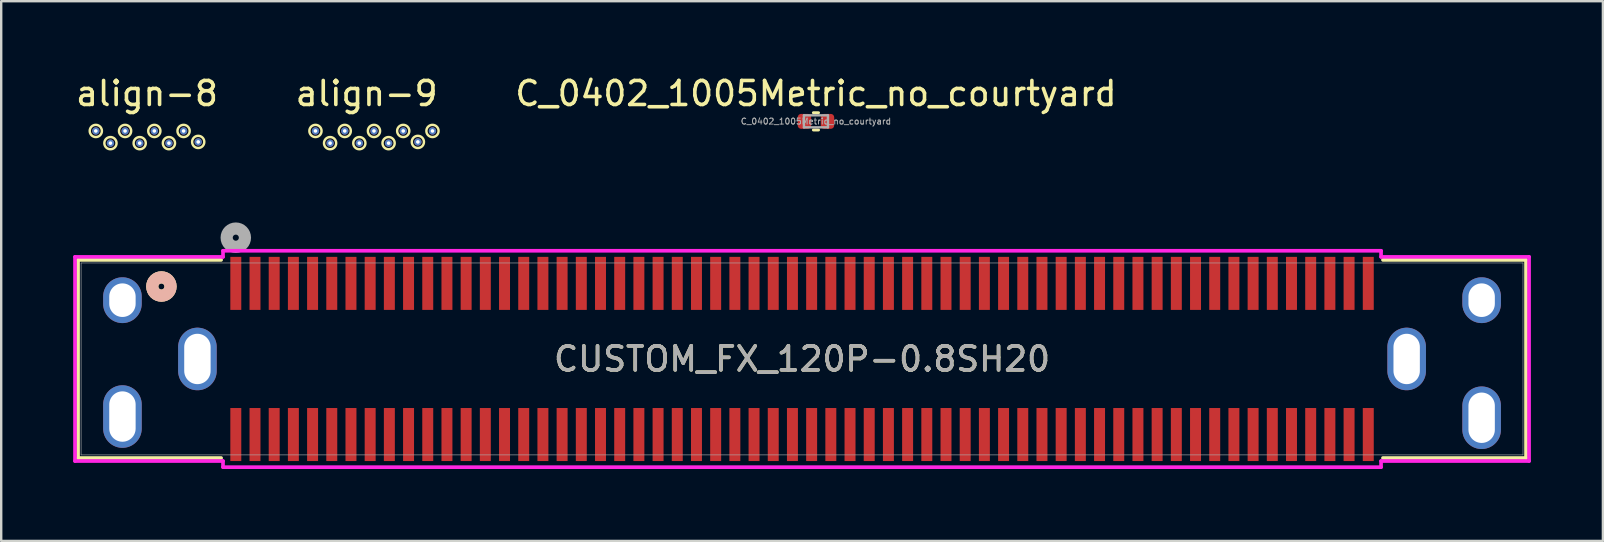
<source format=kicad_pcb>
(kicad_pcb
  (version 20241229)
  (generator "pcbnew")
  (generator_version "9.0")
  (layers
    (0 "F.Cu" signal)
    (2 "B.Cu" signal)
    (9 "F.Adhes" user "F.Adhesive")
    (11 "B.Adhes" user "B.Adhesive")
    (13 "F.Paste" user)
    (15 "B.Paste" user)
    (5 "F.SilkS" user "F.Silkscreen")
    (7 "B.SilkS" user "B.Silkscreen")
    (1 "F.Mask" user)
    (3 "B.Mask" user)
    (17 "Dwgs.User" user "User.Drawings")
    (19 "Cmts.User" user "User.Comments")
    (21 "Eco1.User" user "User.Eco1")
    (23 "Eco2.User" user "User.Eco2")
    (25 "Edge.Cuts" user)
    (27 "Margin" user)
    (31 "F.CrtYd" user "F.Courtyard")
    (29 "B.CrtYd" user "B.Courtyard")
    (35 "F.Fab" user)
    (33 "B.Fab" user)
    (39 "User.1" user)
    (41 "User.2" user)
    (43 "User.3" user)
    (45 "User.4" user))
  (footprint "C_0402_1005Metric_no_courtyard"
    (layer "F.Cu")
    (at 30.958 2.008)
    (property "Reference" "C_0402_1005Metric_no_courtyard" (at 0 -1.16 180) (layer "F.SilkS") (effects (font (size 1 1) (thickness 0.15))))
    (attr smd)
    (fp_line (start -0.108 -0.36) (end 0.108 -0.36) (stroke (width 0.12) (type solid)) (layer "F.SilkS"))
    (fp_line (start -0.108 0.36) (end 0.108 0.36) (stroke (width 0.12) (type solid)) (layer "F.SilkS"))
    (fp_line (start -0.5 -0.25) (end 0.5 -0.25) (stroke (width 0.1) (type solid)) (layer "F.Fab"))
    (fp_line (start -0.5 0.25) (end -0.5 -0.25) (stroke (width 0.1) (type solid)) (layer "F.Fab"))
    (fp_line (start 0.5 -0.25) (end 0.5 0.25) (stroke (width 0.1) (type solid)) (layer "F.Fab"))
    (fp_line (start 0.5 0.25) (end -0.5 0.25) (stroke (width 0.1) (type solid)) (layer "F.Fab"))
    (fp_text user "${REFERENCE}" (at 0 0 180) (layer "F.Fab") (effects (font (size 0.25 0.25) (thickness 0.04))))
    (pad "1" smd roundrect (at -0.48 0) (size 0.56 0.62) (layers "F.Cu" "F.Mask" "F.Paste") (roundrect_rratio 0.25))
    (pad "2" smd roundrect (at 0.48 0) (size 0.56 0.62) (layers "F.Cu" "F.Mask" "F.Paste") (roundrect_rratio 0.25)))
  (footprint "align-8"
    (layer "F.Cu")
    (at 3.077 2.408)
    (property "Reference" "align-8" (at 0 -1.56 0) (layer "F.SilkS") (effects (font (size 1 1) (thickness 0.15))))
    (attr through_hole)
    (fp_circle (center -2.134 0) (end -2.134 -0.254) (stroke (width 0.102) (type solid)) (fill no) (layer "F.SilkS"))
    (fp_circle (center -1.524 0.508) (end -1.524 0.254) (stroke (width 0.102) (type solid)) (fill no) (layer "F.SilkS"))
    (fp_circle (center -0.914 0) (end -0.914 -0.254) (stroke (width 0.102) (type solid)) (fill no) (layer "F.SilkS"))
    (fp_circle (center -0.305 0.508) (end -0.305 0.254) (stroke (width 0.102) (type solid)) (fill no) (layer "F.SilkS"))
    (fp_circle (center 0.305 0) (end 0.305 -0.254) (stroke (width 0.102) (type solid)) (fill no) (layer "F.SilkS"))
    (fp_circle (center 0.914 0.508) (end 0.914 0.254) (stroke (width 0.102) (type solid)) (fill no) (layer "F.SilkS"))
    (fp_circle (center 1.524 0) (end 1.524 -0.254) (stroke (width 0.102) (type solid)) (fill no) (layer "F.SilkS"))
    (fp_circle (center 2.134 0.457) (end 2.134 0.203) (stroke (width 0.102) (type solid)) (fill no) (layer "F.SilkS"))
    (pad "1" thru_hole circle (at -2.134 0 90) (size 0.305 0.305) (drill 0.152) (layers "*.Cu" "*.Mask"))
    (pad "2" thru_hole circle (at -1.524 0.508 90) (size 0.305 0.305) (drill 0.152) (layers "*.Cu" "*.Mask"))
    (pad "3" thru_hole circle (at -0.914 0 90) (size 0.305 0.305) (drill 0.152) (layers "*.Cu" "*.Mask"))
    (pad "4" thru_hole circle (at -0.305 0.508 90) (size 0.305 0.305) (drill 0.152) (layers "*.Cu" "*.Mask"))
    (pad "5" thru_hole circle (at 0.305 0 90) (size 0.305 0.305) (drill 0.152) (layers "*.Cu" "*.Mask"))
    (pad "6" thru_hole circle (at 0.914 0.508 90) (size 0.305 0.305) (drill 0.152) (layers "*.Cu" "*.Mask"))
    (pad "7" thru_hole circle (at 1.524 0 90) (size 0.305 0.305) (drill 0.152) (layers "*.Cu" "*.Mask"))
    (pad "8" thru_hole circle (at 2.134 0.457 90) (size 0.305 0.305) (drill 0.152) (layers "*.Cu" "*.Mask")))
  (footprint "align-9"
    (layer "F.Cu")
    (at 12.232 2.408)
    (property "Reference" "align-9" (at 0 -1.56 0) (layer "F.SilkS") (effects (font (size 1 1) (thickness 0.15))))
    (attr through_hole)
    (fp_circle (center -2.134 0) (end -2.134 -0.254) (stroke (width 0.102) (type solid)) (fill no) (layer "F.SilkS"))
    (fp_circle (center -1.524 0.508) (end -1.524 0.254) (stroke (width 0.102) (type solid)) (fill no) (layer "F.SilkS"))
    (fp_circle (center -0.914 0) (end -0.914 -0.254) (stroke (width 0.102) (type solid)) (fill no) (layer "F.SilkS"))
    (fp_circle (center -0.305 0.508) (end -0.305 0.254) (stroke (width 0.102) (type solid)) (fill no) (layer "F.SilkS"))
    (fp_circle (center 0.305 0) (end 0.305 -0.254) (stroke (width 0.102) (type solid)) (fill no) (layer "F.SilkS"))
    (fp_circle (center 0.914 0.508) (end 0.914 0.254) (stroke (width 0.102) (type solid)) (fill no) (layer "F.SilkS"))
    (fp_circle (center 1.524 0) (end 1.524 -0.254) (stroke (width 0.102) (type solid)) (fill no) (layer "F.SilkS"))
    (fp_circle (center 2.134 0.457) (end 2.134 0.203) (stroke (width 0.102) (type solid)) (fill no) (layer "F.SilkS"))
    (fp_circle (center 2.743 0) (end 2.743 -0.254) (stroke (width 0.102) (type solid)) (fill no) (layer "F.SilkS"))
    (pad "1" thru_hole circle (at -2.134 0 90) (size 0.305 0.305) (drill 0.152) (layers "*.Cu" "*.Mask"))
    (pad "2" thru_hole circle (at -1.524 0.508 90) (size 0.305 0.305) (drill 0.152) (layers "*.Cu" "*.Mask"))
    (pad "3" thru_hole circle (at -0.914 0 90) (size 0.305 0.305) (drill 0.152) (layers "*.Cu" "*.Mask"))
    (pad "4" thru_hole circle (at -0.305 0.508 90) (size 0.305 0.305) (drill 0.152) (layers "*.Cu" "*.Mask"))
    (pad "5" thru_hole circle (at 0.305 0 90) (size 0.305 0.305) (drill 0.152) (layers "*.Cu" "*.Mask"))
    (pad "6" thru_hole circle (at 0.914 0.508 90) (size 0.305 0.305) (drill 0.152) (layers "*.Cu" "*.Mask"))
    (pad "7" thru_hole circle (at 1.524 0 90) (size 0.305 0.305) (drill 0.152) (layers "*.Cu" "*.Mask"))
    (pad "8" thru_hole circle (at 2.134 0.457 90) (size 0.305 0.305) (drill 0.152) (layers "*.Cu" "*.Mask"))
    (pad "9" thru_hole circle (at 2.743 0 90) (size 0.305 0.305) (drill 0.152) (layers "*.Cu" "*.Mask")))
  (footprint "CUSTOM_FX_120P-0.8SH20"
    (layer "F.Cu")
    (at 30.378 11.911)
    (property "Reference" "CUSTOM_FX_120P-0.8SH20" (at 0 0 0) (unlocked yes) (layer "F.SilkS") (effects (font (size 1 1) (thickness 0.15))))
    (attr smd)
    (fp_line (start -30.175 -4.128) (end -30.175 4.128) (stroke (width 0.152) (type solid)) (layer "F.SilkS"))
    (fp_line (start -30.175 4.128) (end -24.212 4.128) (stroke (width 0.152) (type solid)) (layer "F.SilkS"))
    (fp_line (start -24.212 -4.128) (end -30.175 -4.128) (stroke (width 0.152) (type solid)) (layer "F.SilkS"))
    (fp_line (start 24.212 4.128) (end 30.175 4.128) (stroke (width 0.152) (type solid)) (layer "F.SilkS"))
    (fp_line (start 30.175 -4.128) (end 24.212 -4.128) (stroke (width 0.152) (type solid)) (layer "F.SilkS"))
    (fp_line (start 30.175 4.128) (end 30.175 -4.128) (stroke (width 0.152) (type solid)) (layer "F.SilkS"))
    (fp_circle (center -26.701 -3.02) (end -26.32 -3.02) (stroke (width 0.508) (type solid)) (fill no) (layer "F.SilkS"))
    (fp_circle (center -26.701 -3.02) (end -26.32 -3.02) (stroke (width 0.508) (type solid)) (fill no) (layer "B.SilkS"))
    (fp_line (start -30.302 -4.255) (end -30.302 4.255) (stroke (width 0.152) (type solid)) (layer "F.CrtYd"))
    (fp_line (start -30.302 4.255) (end -24.133 4.255) (stroke (width 0.152) (type solid)) (layer "F.CrtYd"))
    (fp_line (start -24.133 -4.509) (end -24.133 -4.255) (stroke (width 0.152) (type solid)) (layer "F.CrtYd"))
    (fp_line (start -24.133 -4.255) (end -30.302 -4.255) (stroke (width 0.152) (type solid)) (layer "F.CrtYd"))
    (fp_line (start -24.133 4.255) (end -24.133 4.509) (stroke (width 0.152) (type solid)) (layer "F.CrtYd"))
    (fp_line (start -24.133 4.509) (end 24.133 4.509) (stroke (width 0.152) (type solid)) (layer "F.CrtYd"))
    (fp_line (start 24.133 -4.509) (end -24.133 -4.509) (stroke (width 0.152) (type solid)) (layer "F.CrtYd"))
    (fp_line (start 24.133 -4.255) (end 24.133 -4.509) (stroke (width 0.152) (type solid)) (layer "F.CrtYd"))
    (fp_line (start 24.133 4.255) (end 30.302 4.255) (stroke (width 0.152) (type solid)) (layer "F.CrtYd"))
    (fp_line (start 24.133 4.509) (end 24.133 4.255) (stroke (width 0.152) (type solid)) (layer "F.CrtYd"))
    (fp_line (start 30.302 -4.255) (end 24.133 -4.255) (stroke (width 0.152) (type solid)) (layer "F.CrtYd"))
    (fp_line (start 30.302 4.255) (end 30.302 -4.255) (stroke (width 0.152) (type solid)) (layer "F.CrtYd"))
    (fp_line (start -30.048 -4) (end -30.048 4) (stroke (width 0.025) (type solid)) (layer "F.Fab"))
    (fp_line (start -30.048 4) (end 30.048 4) (stroke (width 0.025) (type solid)) (layer "F.Fab"))
    (fp_line (start 30.048 -4) (end -30.048 -4) (stroke (width 0.025) (type solid)) (layer "F.Fab"))
    (fp_line (start 30.048 4) (end 30.048 -4) (stroke (width 0.025) (type solid)) (layer "F.Fab"))
    (fp_circle (center -23.6 -5.055) (end -23.219 -5.055) (stroke (width 0.508) (type solid)) (fill no) (layer "F.Fab"))
    (fp_text user "${REFERENCE}" (at 0 0 0) (unlocked yes) (layer "F.Fab") (effects (font (size 1 1) (thickness 0.15))))
    (pad "1" smd rect (at -23.6 -3.15) (size 0.457 2.21) (layers "F.Cu" "F.Mask" "F.Paste"))
    (pad "2" smd rect (at -22.8 -3.15) (size 0.457 2.21) (layers "F.Cu" "F.Mask" "F.Paste"))
    (pad "3" smd rect (at -22 -3.15) (size 0.457 2.21) (layers "F.Cu" "F.Mask" "F.Paste"))
    (pad "4" smd rect (at -21.2 -3.15) (size 0.457 2.21) (layers "F.Cu" "F.Mask" "F.Paste"))
    (pad "5" smd rect (at -20.4 -3.15) (size 0.457 2.21) (layers "F.Cu" "F.Mask" "F.Paste"))
    (pad "6" smd rect (at -19.6 -3.15) (size 0.457 2.21) (layers "F.Cu" "F.Mask" "F.Paste"))
    (pad "7" smd rect (at -18.8 -3.15) (size 0.457 2.21) (layers "F.Cu" "F.Mask" "F.Paste"))
    (pad "8" smd rect (at -18 -3.15) (size 0.457 2.21) (layers "F.Cu" "F.Mask" "F.Paste"))
    (pad "9" smd rect (at -17.2 -3.15) (size 0.457 2.21) (layers "F.Cu" "F.Mask" "F.Paste"))
    (pad "10" smd rect (at -16.4 -3.15) (size 0.457 2.21) (layers "F.Cu" "F.Mask" "F.Paste"))
    (pad "11" smd rect (at -15.6 -3.15) (size 0.457 2.21) (layers "F.Cu" "F.Mask" "F.Paste"))
    (pad "12" smd rect (at -14.8 -3.15) (size 0.457 2.21) (layers "F.Cu" "F.Mask" "F.Paste"))
    (pad "13" smd rect (at -14 -3.15) (size 0.457 2.21) (layers "F.Cu" "F.Mask" "F.Paste"))
    (pad "14" smd rect (at -13.2 -3.15) (size 0.457 2.21) (layers "F.Cu" "F.Mask" "F.Paste"))
    (pad "15" smd rect (at -12.4 -3.15) (size 0.457 2.21) (layers "F.Cu" "F.Mask" "F.Paste"))
    (pad "16" smd rect (at -11.6 -3.15) (size 0.457 2.21) (layers "F.Cu" "F.Mask" "F.Paste"))
    (pad "17" smd rect (at -10.8 -3.15) (size 0.457 2.21) (layers "F.Cu" "F.Mask" "F.Paste"))
    (pad "18" smd rect (at -10 -3.15) (size 0.457 2.21) (layers "F.Cu" "F.Mask" "F.Paste"))
    (pad "19" smd rect (at -9.2 -3.15) (size 0.457 2.21) (layers "F.Cu" "F.Mask" "F.Paste"))
    (pad "20" smd rect (at -8.4 -3.15) (size 0.457 2.21) (layers "F.Cu" "F.Mask" "F.Paste"))
    (pad "21" smd rect (at -7.6 -3.15) (size 0.457 2.21) (layers "F.Cu" "F.Mask" "F.Paste"))
    (pad "22" smd rect (at -6.8 -3.15) (size 0.457 2.21) (layers "F.Cu" "F.Mask" "F.Paste"))
    (pad "23" smd rect (at -6 -3.15) (size 0.457 2.21) (layers "F.Cu" "F.Mask" "F.Paste"))
    (pad "24" smd rect (at -5.2 -3.15) (size 0.457 2.21) (layers "F.Cu" "F.Mask" "F.Paste"))
    (pad "25" smd rect (at -4.4 -3.15) (size 0.457 2.21) (layers "F.Cu" "F.Mask" "F.Paste"))
    (pad "26" smd rect (at -3.6 -3.15) (size 0.457 2.21) (layers "F.Cu" "F.Mask" "F.Paste"))
    (pad "27" smd rect (at -2.8 -3.15) (size 0.457 2.21) (layers "F.Cu" "F.Mask" "F.Paste"))
    (pad "28" smd rect (at -2 -3.15) (size 0.457 2.21) (layers "F.Cu" "F.Mask" "F.Paste"))
    (pad "29" smd rect (at -1.2 -3.15) (size 0.457 2.21) (layers "F.Cu" "F.Mask" "F.Paste"))
    (pad "30" smd rect (at -0.4 -3.15) (size 0.457 2.21) (layers "F.Cu" "F.Mask" "F.Paste"))
    (pad "31" smd rect (at 0.4 -3.15) (size 0.457 2.21) (layers "F.Cu" "F.Mask" "F.Paste"))
    (pad "32" smd rect (at 1.2 -3.15) (size 0.457 2.21) (layers "F.Cu" "F.Mask" "F.Paste"))
    (pad "33" smd rect (at 2 -3.15) (size 0.457 2.21) (layers "F.Cu" "F.Mask" "F.Paste"))
    (pad "34" smd rect (at 2.8 -3.15) (size 0.457 2.21) (layers "F.Cu" "F.Mask" "F.Paste"))
    (pad "35" smd rect (at 3.6 -3.15) (size 0.457 2.21) (layers "F.Cu" "F.Mask" "F.Paste"))
    (pad "36" smd rect (at 4.4 -3.15) (size 0.457 2.21) (layers "F.Cu" "F.Mask" "F.Paste"))
    (pad "37" smd rect (at 5.2 -3.15) (size 0.457 2.21) (layers "F.Cu" "F.Mask" "F.Paste"))
    (pad "38" smd rect (at 6 -3.15) (size 0.457 2.21) (layers "F.Cu" "F.Mask" "F.Paste"))
    (pad "39" smd rect (at 6.8 -3.15) (size 0.457 2.21) (layers "F.Cu" "F.Mask" "F.Paste"))
    (pad "40" smd rect (at 7.6 -3.15) (size 0.457 2.21) (layers "F.Cu" "F.Mask" "F.Paste"))
    (pad "41" smd rect (at 8.4 -3.15) (size 0.457 2.21) (layers "F.Cu" "F.Mask" "F.Paste"))
    (pad "42" smd rect (at 9.2 -3.15) (size 0.457 2.21) (layers "F.Cu" "F.Mask" "F.Paste"))
    (pad "43" smd rect (at 10 -3.15) (size 0.457 2.21) (layers "F.Cu" "F.Mask" "F.Paste"))
    (pad "44" smd rect (at 10.8 -3.15) (size 0.457 2.21) (layers "F.Cu" "F.Mask" "F.Paste"))
    (pad "45" smd rect (at 11.6 -3.15) (size 0.457 2.21) (layers "F.Cu" "F.Mask" "F.Paste"))
    (pad "46" smd rect (at 12.4 -3.15) (size 0.457 2.21) (layers "F.Cu" "F.Mask" "F.Paste"))
    (pad "47" smd rect (at 13.2 -3.15) (size 0.457 2.21) (layers "F.Cu" "F.Mask" "F.Paste"))
    (pad "48" smd rect (at 14 -3.15) (size 0.457 2.21) (layers "F.Cu" "F.Mask" "F.Paste"))
    (pad "49" smd rect (at 14.8 -3.15) (size 0.457 2.21) (layers "F.Cu" "F.Mask" "F.Paste"))
    (pad "50" smd rect (at 15.6 -3.15) (size 0.457 2.21) (layers "F.Cu" "F.Mask" "F.Paste"))
    (pad "51" smd rect (at 16.4 -3.15) (size 0.457 2.21) (layers "F.Cu" "F.Mask" "F.Paste"))
    (pad "52" smd rect (at 17.2 -3.15) (size 0.457 2.21) (layers "F.Cu" "F.Mask" "F.Paste"))
    (pad "53" smd rect (at 18 -3.15) (size 0.457 2.21) (layers "F.Cu" "F.Mask" "F.Paste"))
    (pad "54" smd rect (at 18.8 -3.15) (size 0.457 2.21) (layers "F.Cu" "F.Mask" "F.Paste"))
    (pad "55" smd rect (at 19.6 -3.15) (size 0.457 2.21) (layers "F.Cu" "F.Mask" "F.Paste"))
    (pad "56" smd rect (at 20.4 -3.15) (size 0.457 2.21) (layers "F.Cu" "F.Mask" "F.Paste"))
    (pad "57" smd rect (at 21.2 -3.15) (size 0.457 2.21) (layers "F.Cu" "F.Mask" "F.Paste"))
    (pad "58" smd rect (at 22 -3.15) (size 0.457 2.21) (layers "F.Cu" "F.Mask" "F.Paste"))
    (pad "59" smd rect (at 22.8 -3.15) (size 0.457 2.21) (layers "F.Cu" "F.Mask" "F.Paste"))
    (pad "60" smd rect (at 23.6 -3.15) (size 0.457 2.21) (layers "F.Cu" "F.Mask" "F.Paste"))
    (pad "61" smd rect (at -23.6 3.15) (size 0.457 2.21) (layers "F.Cu" "F.Mask" "F.Paste"))
    (pad "62" smd rect (at -22.8 3.15) (size 0.457 2.21) (layers "F.Cu" "F.Mask" "F.Paste"))
    (pad "63" smd rect (at -22 3.15) (size 0.457 2.21) (layers "F.Cu" "F.Mask" "F.Paste"))
    (pad "64" smd rect (at -21.2 3.15) (size 0.457 2.21) (layers "F.Cu" "F.Mask" "F.Paste"))
    (pad "65" smd rect (at -20.4 3.15) (size 0.457 2.21) (layers "F.Cu" "F.Mask" "F.Paste"))
    (pad "66" smd rect (at -19.6 3.15) (size 0.457 2.21) (layers "F.Cu" "F.Mask" "F.Paste"))
    (pad "67" smd rect (at -18.8 3.15) (size 0.457 2.21) (layers "F.Cu" "F.Mask" "F.Paste"))
    (pad "68" smd rect (at -18 3.15) (size 0.457 2.21) (layers "F.Cu" "F.Mask" "F.Paste"))
    (pad "69" smd rect (at -17.2 3.15) (size 0.457 2.21) (layers "F.Cu" "F.Mask" "F.Paste"))
    (pad "70" smd rect (at -16.4 3.15) (size 0.457 2.21) (layers "F.Cu" "F.Mask" "F.Paste"))
    (pad "71" smd rect (at -15.6 3.15) (size 0.457 2.21) (layers "F.Cu" "F.Mask" "F.Paste"))
    (pad "72" smd rect (at -14.8 3.15) (size 0.457 2.21) (layers "F.Cu" "F.Mask" "F.Paste"))
    (pad "73" smd rect (at -14 3.15) (size 0.457 2.21) (layers "F.Cu" "F.Mask" "F.Paste"))
    (pad "74" smd rect (at -13.2 3.15) (size 0.457 2.21) (layers "F.Cu" "F.Mask" "F.Paste"))
    (pad "75" smd rect (at -12.4 3.15) (size 0.457 2.21) (layers "F.Cu" "F.Mask" "F.Paste"))
    (pad "76" smd rect (at -11.6 3.15) (size 0.457 2.21) (layers "F.Cu" "F.Mask" "F.Paste"))
    (pad "77" smd rect (at -10.8 3.15) (size 0.457 2.21) (layers "F.Cu" "F.Mask" "F.Paste"))
    (pad "78" smd rect (at -10 3.15) (size 0.457 2.21) (layers "F.Cu" "F.Mask" "F.Paste"))
    (pad "79" smd rect (at -9.2 3.15) (size 0.457 2.21) (layers "F.Cu" "F.Mask" "F.Paste"))
    (pad "80" smd rect (at -8.4 3.15) (size 0.457 2.21) (layers "F.Cu" "F.Mask" "F.Paste"))
    (pad "81" smd rect (at -7.6 3.15) (size 0.457 2.21) (layers "F.Cu" "F.Mask" "F.Paste"))
    (pad "82" smd rect (at -6.8 3.15) (size 0.457 2.21) (layers "F.Cu" "F.Mask" "F.Paste"))
    (pad "83" smd rect (at -6 3.15) (size 0.457 2.21) (layers "F.Cu" "F.Mask" "F.Paste"))
    (pad "84" smd rect (at -5.2 3.15) (size 0.457 2.21) (layers "F.Cu" "F.Mask" "F.Paste"))
    (pad "85" smd rect (at -4.4 3.15) (size 0.457 2.21) (layers "F.Cu" "F.Mask" "F.Paste"))
    (pad "86" smd rect (at -3.6 3.15) (size 0.457 2.21) (layers "F.Cu" "F.Mask" "F.Paste"))
    (pad "87" smd rect (at -2.8 3.15) (size 0.457 2.21) (layers "F.Cu" "F.Mask" "F.Paste"))
    (pad "88" smd rect (at -2 3.15) (size 0.457 2.21) (layers "F.Cu" "F.Mask" "F.Paste"))
    (pad "89" smd rect (at -1.2 3.15) (size 0.457 2.21) (layers "F.Cu" "F.Mask" "F.Paste"))
    (pad "90" smd rect (at -0.4 3.15) (size 0.457 2.21) (layers "F.Cu" "F.Mask" "F.Paste"))
    (pad "91" smd rect (at 0.4 3.15) (size 0.457 2.21) (layers "F.Cu" "F.Mask" "F.Paste"))
    (pad "92" smd rect (at 1.2 3.15) (size 0.457 2.21) (layers "F.Cu" "F.Mask" "F.Paste"))
    (pad "93" smd rect (at 2 3.15) (size 0.457 2.21) (layers "F.Cu" "F.Mask" "F.Paste"))
    (pad "94" smd rect (at 2.8 3.15) (size 0.457 2.21) (layers "F.Cu" "F.Mask" "F.Paste"))
    (pad "95" smd rect (at 3.6 3.15) (size 0.457 2.21) (layers "F.Cu" "F.Mask" "F.Paste"))
    (pad "96" smd rect (at 4.4 3.15) (size 0.457 2.21) (layers "F.Cu" "F.Mask" "F.Paste"))
    (pad "97" smd rect (at 5.2 3.15) (size 0.457 2.21) (layers "F.Cu" "F.Mask" "F.Paste"))
    (pad "98" smd rect (at 6 3.15) (size 0.457 2.21) (layers "F.Cu" "F.Mask" "F.Paste"))
    (pad "99" smd rect (at 6.8 3.15) (size 0.457 2.21) (layers "F.Cu" "F.Mask" "F.Paste"))
    (pad "100" smd rect (at 7.6 3.15) (size 0.457 2.21) (layers "F.Cu" "F.Mask" "F.Paste"))
    (pad "101" smd rect (at 8.4 3.15) (size 0.457 2.21) (layers "F.Cu" "F.Mask" "F.Paste"))
    (pad "102" smd rect (at 9.2 3.15) (size 0.457 2.21) (layers "F.Cu" "F.Mask" "F.Paste"))
    (pad "103" smd rect (at 10 3.15) (size 0.457 2.21) (layers "F.Cu" "F.Mask" "F.Paste"))
    (pad "104" smd rect (at 10.8 3.15) (size 0.457 2.21) (layers "F.Cu" "F.Mask" "F.Paste"))
    (pad "105" smd rect (at 11.6 3.15) (size 0.457 2.21) (layers "F.Cu" "F.Mask" "F.Paste"))
    (pad "106" smd rect (at 12.4 3.15) (size 0.457 2.21) (layers "F.Cu" "F.Mask" "F.Paste"))
    (pad "107" smd rect (at 13.2 3.15) (size 0.457 2.21) (layers "F.Cu" "F.Mask" "F.Paste"))
    (pad "108" smd rect (at 14 3.15) (size 0.457 2.21) (layers "F.Cu" "F.Mask" "F.Paste"))
    (pad "109" smd rect (at 14.8 3.15) (size 0.457 2.21) (layers "F.Cu" "F.Mask" "F.Paste"))
    (pad "110" smd rect (at 15.6 3.15) (size 0.457 2.21) (layers "F.Cu" "F.Mask" "F.Paste"))
    (pad "111" smd rect (at 16.4 3.15) (size 0.457 2.21) (layers "F.Cu" "F.Mask" "F.Paste"))
    (pad "112" smd rect (at 17.2 3.15) (size 0.457 2.21) (layers "F.Cu" "F.Mask" "F.Paste"))
    (pad "113" smd rect (at 18 3.15) (size 0.457 2.21) (layers "F.Cu" "F.Mask" "F.Paste"))
    (pad "114" smd rect (at 18.8 3.15) (size 0.457 2.21) (layers "F.Cu" "F.Mask" "F.Paste"))
    (pad "115" smd rect (at 19.6 3.15) (size 0.457 2.21) (layers "F.Cu" "F.Mask" "F.Paste"))
    (pad "116" smd rect (at 20.4 3.15) (size 0.457 2.21) (layers "F.Cu" "F.Mask" "F.Paste"))
    (pad "117" smd rect (at 21.2 3.15) (size 0.457 2.21) (layers "F.Cu" "F.Mask" "F.Paste"))
    (pad "118" smd rect (at 22 3.15) (size 0.457 2.21) (layers "F.Cu" "F.Mask" "F.Paste"))
    (pad "119" smd rect (at 22.8 3.15) (size 0.457 2.21) (layers "F.Cu" "F.Mask" "F.Paste"))
    (pad "120" smd rect (at 23.6 3.15) (size 0.457 2.21) (layers "F.Cu" "F.Mask" "F.Paste"))
    (pad "121" thru_hole oval (at -28.325 -2.45 90) (size 1.908 1.608) (drill oval 1.4 1.1) (layers "*.Cu" "*.Mask"))
    (pad "122" thru_hole oval (at -28.325 2.4 90) (size 2.608 1.608) (drill oval 2.1 1.1) (layers "*.Cu" "*.Mask"))
    (pad "123" thru_hole oval (at -25.2 0 90) (size 2.608 1.608) (drill oval 2.1 1.1) (layers "*.Cu" "*.Mask"))
    (pad "124" thru_hole oval (at 25.2 0 90) (size 2.608 1.608) (drill oval 2.1 1.1) (layers "*.Cu" "*.Mask"))
    (pad "125" thru_hole oval (at 28.325 -2.45 90) (size 1.908 1.608) (drill oval 1.4 1.1) (layers "*.Cu" "*.Mask"))
    (pad "126" thru_hole oval (at 28.325 2.45 90) (size 2.608 1.608) (drill oval 2.1 1.1) (layers "*.Cu" "*.Mask")))
  (gr_rect
    (start -3 -3)
    (end 63.757 19.496)
    (stroke (width 0.1) (type default))
    (fill no)
    (layer "Edge.Cuts")))
</source>
